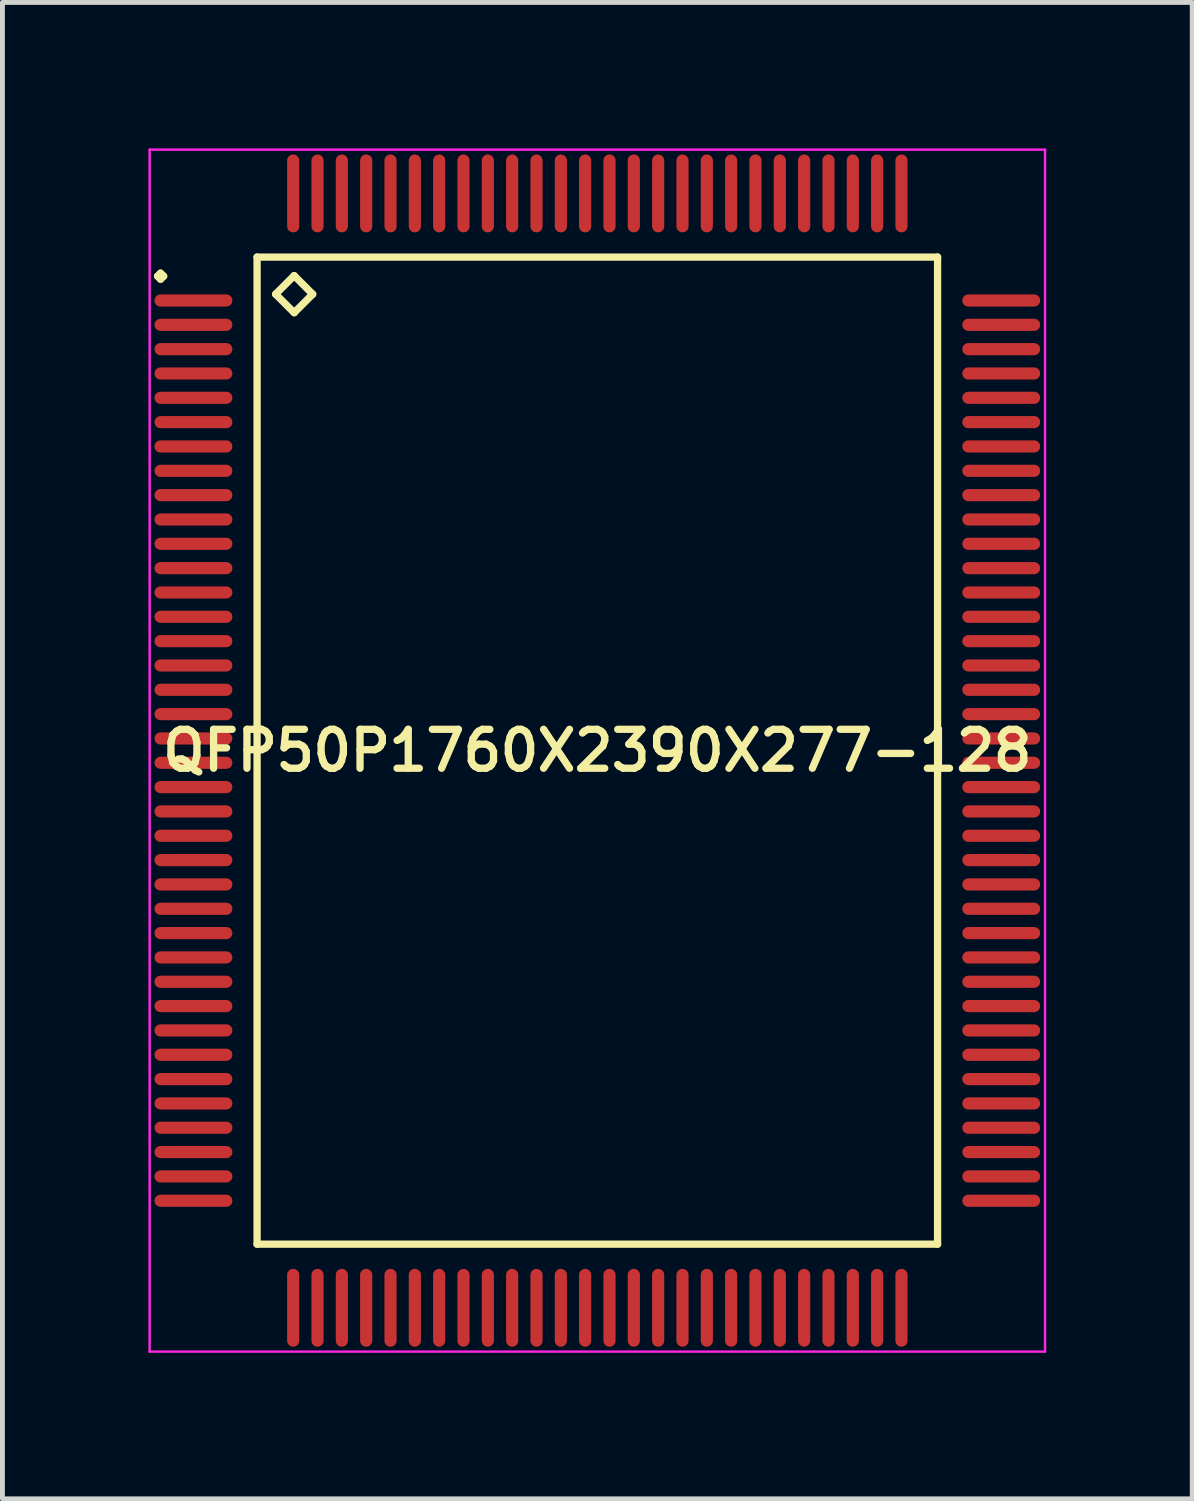
<source format=kicad_pcb>
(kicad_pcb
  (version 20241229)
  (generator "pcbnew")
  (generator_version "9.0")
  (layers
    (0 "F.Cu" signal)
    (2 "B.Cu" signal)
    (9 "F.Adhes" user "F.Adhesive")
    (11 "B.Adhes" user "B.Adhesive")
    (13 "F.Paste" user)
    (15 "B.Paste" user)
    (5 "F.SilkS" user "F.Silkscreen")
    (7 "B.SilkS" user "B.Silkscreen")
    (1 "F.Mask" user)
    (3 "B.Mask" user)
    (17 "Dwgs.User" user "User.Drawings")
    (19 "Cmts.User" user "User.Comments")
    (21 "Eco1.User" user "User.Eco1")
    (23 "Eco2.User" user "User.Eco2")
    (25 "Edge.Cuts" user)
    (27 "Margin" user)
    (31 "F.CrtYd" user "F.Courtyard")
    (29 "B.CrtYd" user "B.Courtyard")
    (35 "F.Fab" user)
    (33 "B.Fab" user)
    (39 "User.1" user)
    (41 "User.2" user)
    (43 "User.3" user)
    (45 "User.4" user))
  (footprint "QFP50P1760X2390X277-128"
    (layer "F.Cu")
    (at 9.225 12.375)
    (property "Reference" "QFP50P1760X2390X277-128" (at 0 0 0) (layer "F.SilkS") (effects (font (size 0.8 0.8) (thickness 0.15))))
    (attr smd)
    (fp_line (start -9.037 -9.75) (end -8.975 -9.812) (stroke (width 0.15) (type solid)) (layer "F.SilkS"))
    (fp_line (start -8.975 -9.812) (end -8.912 -9.75) (stroke (width 0.15) (type solid)) (layer "F.SilkS"))
    (fp_line (start -8.975 -9.688) (end -9.037 -9.75) (stroke (width 0.15) (type solid)) (layer "F.SilkS"))
    (fp_line (start -8.912 -9.75) (end -8.975 -9.688) (stroke (width 0.15) (type solid)) (layer "F.SilkS"))
    (fp_line (start -6.992 -10.142) (end -6.992 10.142) (stroke (width 0.15) (type solid)) (layer "F.SilkS"))
    (fp_line (start -6.992 10.142) (end 6.992 10.142) (stroke (width 0.15) (type solid)) (layer "F.SilkS"))
    (fp_line (start -6.611 -9.38) (end -6.23 -9.761) (stroke (width 0.15) (type solid)) (layer "F.SilkS"))
    (fp_line (start -6.23 -9.761) (end -5.849 -9.38) (stroke (width 0.15) (type solid)) (layer "F.SilkS"))
    (fp_line (start -6.23 -8.999) (end -6.611 -9.38) (stroke (width 0.15) (type solid)) (layer "F.SilkS"))
    (fp_line (start -5.849 -9.38) (end -6.23 -8.999) (stroke (width 0.15) (type solid)) (layer "F.SilkS"))
    (fp_line (start 6.992 -10.142) (end -6.992 -10.142) (stroke (width 0.15) (type solid)) (layer "F.SilkS"))
    (fp_line (start 6.992 10.142) (end 6.992 -10.142) (stroke (width 0.15) (type solid)) (layer "F.SilkS"))
    (fp_line (start -9.2 -12.35) (end 9.2 -12.35) (stroke (width 0.05) (type solid)) (layer "F.CrtYd"))
    (fp_line (start -9.2 12.35) (end -9.2 -12.35) (stroke (width 0.05) (type solid)) (layer "F.CrtYd"))
    (fp_line (start 9.2 -12.35) (end 9.2 12.35) (stroke (width 0.05) (type solid)) (layer "F.CrtYd"))
    (fp_line (start 9.2 12.35) (end -9.2 12.35) (stroke (width 0.05) (type solid)) (layer "F.CrtYd"))
    (pad "1" smd oval (at -8.3 -9.25) (size 1.6 0.25) (layers "F.Cu" "F.Mask" "F.Paste"))
    (pad "2" smd oval (at -8.3 -8.75) (size 1.6 0.25) (layers "F.Cu" "F.Mask" "F.Paste"))
    (pad "3" smd oval (at -8.3 -8.25) (size 1.6 0.25) (layers "F.Cu" "F.Mask" "F.Paste"))
    (pad "4" smd oval (at -8.3 -7.75) (size 1.6 0.25) (layers "F.Cu" "F.Mask" "F.Paste"))
    (pad "5" smd oval (at -8.3 -7.25) (size 1.6 0.25) (layers "F.Cu" "F.Mask" "F.Paste"))
    (pad "6" smd oval (at -8.3 -6.75) (size 1.6 0.25) (layers "F.Cu" "F.Mask" "F.Paste"))
    (pad "7" smd oval (at -8.3 -6.25) (size 1.6 0.25) (layers "F.Cu" "F.Mask" "F.Paste"))
    (pad "8" smd oval (at -8.3 -5.75) (size 1.6 0.25) (layers "F.Cu" "F.Mask" "F.Paste"))
    (pad "9" smd oval (at -8.3 -5.25) (size 1.6 0.25) (layers "F.Cu" "F.Mask" "F.Paste"))
    (pad "10" smd oval (at -8.3 -4.75) (size 1.6 0.25) (layers "F.Cu" "F.Mask" "F.Paste"))
    (pad "11" smd oval (at -8.3 -4.25) (size 1.6 0.25) (layers "F.Cu" "F.Mask" "F.Paste"))
    (pad "12" smd oval (at -8.3 -3.75) (size 1.6 0.25) (layers "F.Cu" "F.Mask" "F.Paste"))
    (pad "13" smd oval (at -8.3 -3.25) (size 1.6 0.25) (layers "F.Cu" "F.Mask" "F.Paste"))
    (pad "14" smd oval (at -8.3 -2.75) (size 1.6 0.25) (layers "F.Cu" "F.Mask" "F.Paste"))
    (pad "15" smd oval (at -8.3 -2.25) (size 1.6 0.25) (layers "F.Cu" "F.Mask" "F.Paste"))
    (pad "16" smd oval (at -8.3 -1.75) (size 1.6 0.25) (layers "F.Cu" "F.Mask" "F.Paste"))
    (pad "17" smd oval (at -8.3 -1.25) (size 1.6 0.25) (layers "F.Cu" "F.Mask" "F.Paste"))
    (pad "18" smd oval (at -8.3 -0.75) (size 1.6 0.25) (layers "F.Cu" "F.Mask" "F.Paste"))
    (pad "19" smd oval (at -8.3 -0.25) (size 1.6 0.25) (layers "F.Cu" "F.Mask" "F.Paste"))
    (pad "20" smd oval (at -8.3 0.25) (size 1.6 0.25) (layers "F.Cu" "F.Mask" "F.Paste"))
    (pad "21" smd oval (at -8.3 0.75) (size 1.6 0.25) (layers "F.Cu" "F.Mask" "F.Paste"))
    (pad "22" smd oval (at -8.3 1.25) (size 1.6 0.25) (layers "F.Cu" "F.Mask" "F.Paste"))
    (pad "23" smd oval (at -8.3 1.75) (size 1.6 0.25) (layers "F.Cu" "F.Mask" "F.Paste"))
    (pad "24" smd oval (at -8.3 2.25) (size 1.6 0.25) (layers "F.Cu" "F.Mask" "F.Paste"))
    (pad "25" smd oval (at -8.3 2.75) (size 1.6 0.25) (layers "F.Cu" "F.Mask" "F.Paste"))
    (pad "26" smd oval (at -8.3 3.25) (size 1.6 0.25) (layers "F.Cu" "F.Mask" "F.Paste"))
    (pad "27" smd oval (at -8.3 3.75) (size 1.6 0.25) (layers "F.Cu" "F.Mask" "F.Paste"))
    (pad "28" smd oval (at -8.3 4.25) (size 1.6 0.25) (layers "F.Cu" "F.Mask" "F.Paste"))
    (pad "29" smd oval (at -8.3 4.75) (size 1.6 0.25) (layers "F.Cu" "F.Mask" "F.Paste"))
    (pad "30" smd oval (at -8.3 5.25) (size 1.6 0.25) (layers "F.Cu" "F.Mask" "F.Paste"))
    (pad "31" smd oval (at -8.3 5.75) (size 1.6 0.25) (layers "F.Cu" "F.Mask" "F.Paste"))
    (pad "32" smd oval (at -8.3 6.25) (size 1.6 0.25) (layers "F.Cu" "F.Mask" "F.Paste"))
    (pad "33" smd oval (at -8.3 6.75) (size 1.6 0.25) (layers "F.Cu" "F.Mask" "F.Paste"))
    (pad "34" smd oval (at -8.3 7.25) (size 1.6 0.25) (layers "F.Cu" "F.Mask" "F.Paste"))
    (pad "35" smd oval (at -8.3 7.75) (size 1.6 0.25) (layers "F.Cu" "F.Mask" "F.Paste"))
    (pad "36" smd oval (at -8.3 8.25) (size 1.6 0.25) (layers "F.Cu" "F.Mask" "F.Paste"))
    (pad "37" smd oval (at -8.3 8.75) (size 1.6 0.25) (layers "F.Cu" "F.Mask" "F.Paste"))
    (pad "38" smd oval (at -8.3 9.25) (size 1.6 0.25) (layers "F.Cu" "F.Mask" "F.Paste"))
    (pad "39" smd oval (at -6.25 11.45) (size 0.25 1.6) (layers "F.Cu" "F.Mask" "F.Paste"))
    (pad "40" smd oval (at -5.75 11.45) (size 0.25 1.6) (layers "F.Cu" "F.Mask" "F.Paste"))
    (pad "41" smd oval (at -5.25 11.45) (size 0.25 1.6) (layers "F.Cu" "F.Mask" "F.Paste"))
    (pad "42" smd oval (at -4.75 11.45) (size 0.25 1.6) (layers "F.Cu" "F.Mask" "F.Paste"))
    (pad "43" smd oval (at -4.25 11.45) (size 0.25 1.6) (layers "F.Cu" "F.Mask" "F.Paste"))
    (pad "44" smd oval (at -3.75 11.45) (size 0.25 1.6) (layers "F.Cu" "F.Mask" "F.Paste"))
    (pad "45" smd oval (at -3.25 11.45) (size 0.25 1.6) (layers "F.Cu" "F.Mask" "F.Paste"))
    (pad "46" smd oval (at -2.75 11.45) (size 0.25 1.6) (layers "F.Cu" "F.Mask" "F.Paste"))
    (pad "47" smd oval (at -2.25 11.45) (size 0.25 1.6) (layers "F.Cu" "F.Mask" "F.Paste"))
    (pad "48" smd oval (at -1.75 11.45) (size 0.25 1.6) (layers "F.Cu" "F.Mask" "F.Paste"))
    (pad "49" smd oval (at -1.25 11.45) (size 0.25 1.6) (layers "F.Cu" "F.Mask" "F.Paste"))
    (pad "50" smd oval (at -0.75 11.45) (size 0.25 1.6) (layers "F.Cu" "F.Mask" "F.Paste"))
    (pad "51" smd oval (at -0.25 11.45) (size 0.25 1.6) (layers "F.Cu" "F.Mask" "F.Paste"))
    (pad "52" smd oval (at 0.25 11.45) (size 0.25 1.6) (layers "F.Cu" "F.Mask" "F.Paste"))
    (pad "53" smd oval (at 0.75 11.45) (size 0.25 1.6) (layers "F.Cu" "F.Mask" "F.Paste"))
    (pad "54" smd oval (at 1.25 11.45) (size 0.25 1.6) (layers "F.Cu" "F.Mask" "F.Paste"))
    (pad "55" smd oval (at 1.75 11.45) (size 0.25 1.6) (layers "F.Cu" "F.Mask" "F.Paste"))
    (pad "56" smd oval (at 2.25 11.45) (size 0.25 1.6) (layers "F.Cu" "F.Mask" "F.Paste"))
    (pad "57" smd oval (at 2.75 11.45) (size 0.25 1.6) (layers "F.Cu" "F.Mask" "F.Paste"))
    (pad "58" smd oval (at 3.25 11.45) (size 0.25 1.6) (layers "F.Cu" "F.Mask" "F.Paste"))
    (pad "59" smd oval (at 3.75 11.45) (size 0.25 1.6) (layers "F.Cu" "F.Mask" "F.Paste"))
    (pad "60" smd oval (at 4.25 11.45) (size 0.25 1.6) (layers "F.Cu" "F.Mask" "F.Paste"))
    (pad "61" smd oval (at 4.75 11.45) (size 0.25 1.6) (layers "F.Cu" "F.Mask" "F.Paste"))
    (pad "62" smd oval (at 5.25 11.45) (size 0.25 1.6) (layers "F.Cu" "F.Mask" "F.Paste"))
    (pad "63" smd oval (at 5.75 11.45) (size 0.25 1.6) (layers "F.Cu" "F.Mask" "F.Paste"))
    (pad "64" smd oval (at 6.25 11.45) (size 0.25 1.6) (layers "F.Cu" "F.Mask" "F.Paste"))
    (pad "65" smd oval (at 8.3 9.25) (size 1.6 0.25) (layers "F.Cu" "F.Mask" "F.Paste"))
    (pad "66" smd oval (at 8.3 8.75) (size 1.6 0.25) (layers "F.Cu" "F.Mask" "F.Paste"))
    (pad "67" smd oval (at 8.3 8.25) (size 1.6 0.25) (layers "F.Cu" "F.Mask" "F.Paste"))
    (pad "68" smd oval (at 8.3 7.75) (size 1.6 0.25) (layers "F.Cu" "F.Mask" "F.Paste"))
    (pad "69" smd oval (at 8.3 7.25) (size 1.6 0.25) (layers "F.Cu" "F.Mask" "F.Paste"))
    (pad "70" smd oval (at 8.3 6.75) (size 1.6 0.25) (layers "F.Cu" "F.Mask" "F.Paste"))
    (pad "71" smd oval (at 8.3 6.25) (size 1.6 0.25) (layers "F.Cu" "F.Mask" "F.Paste"))
    (pad "72" smd oval (at 8.3 5.75) (size 1.6 0.25) (layers "F.Cu" "F.Mask" "F.Paste"))
    (pad "73" smd oval (at 8.3 5.25) (size 1.6 0.25) (layers "F.Cu" "F.Mask" "F.Paste"))
    (pad "74" smd oval (at 8.3 4.75) (size 1.6 0.25) (layers "F.Cu" "F.Mask" "F.Paste"))
    (pad "75" smd oval (at 8.3 4.25) (size 1.6 0.25) (layers "F.Cu" "F.Mask" "F.Paste"))
    (pad "76" smd oval (at 8.3 3.75) (size 1.6 0.25) (layers "F.Cu" "F.Mask" "F.Paste"))
    (pad "77" smd oval (at 8.3 3.25) (size 1.6 0.25) (layers "F.Cu" "F.Mask" "F.Paste"))
    (pad "78" smd oval (at 8.3 2.75) (size 1.6 0.25) (layers "F.Cu" "F.Mask" "F.Paste"))
    (pad "79" smd oval (at 8.3 2.25) (size 1.6 0.25) (layers "F.Cu" "F.Mask" "F.Paste"))
    (pad "80" smd oval (at 8.3 1.75) (size 1.6 0.25) (layers "F.Cu" "F.Mask" "F.Paste"))
    (pad "81" smd oval (at 8.3 1.25) (size 1.6 0.25) (layers "F.Cu" "F.Mask" "F.Paste"))
    (pad "82" smd oval (at 8.3 0.75) (size 1.6 0.25) (layers "F.Cu" "F.Mask" "F.Paste"))
    (pad "83" smd oval (at 8.3 0.25) (size 1.6 0.25) (layers "F.Cu" "F.Mask" "F.Paste"))
    (pad "84" smd oval (at 8.3 -0.25) (size 1.6 0.25) (layers "F.Cu" "F.Mask" "F.Paste"))
    (pad "85" smd oval (at 8.3 -0.75) (size 1.6 0.25) (layers "F.Cu" "F.Mask" "F.Paste"))
    (pad "86" smd oval (at 8.3 -1.25) (size 1.6 0.25) (layers "F.Cu" "F.Mask" "F.Paste"))
    (pad "87" smd oval (at 8.3 -1.75) (size 1.6 0.25) (layers "F.Cu" "F.Mask" "F.Paste"))
    (pad "88" smd oval (at 8.3 -2.25) (size 1.6 0.25) (layers "F.Cu" "F.Mask" "F.Paste"))
    (pad "89" smd oval (at 8.3 -2.75) (size 1.6 0.25) (layers "F.Cu" "F.Mask" "F.Paste"))
    (pad "90" smd oval (at 8.3 -3.25) (size 1.6 0.25) (layers "F.Cu" "F.Mask" "F.Paste"))
    (pad "91" smd oval (at 8.3 -3.75) (size 1.6 0.25) (layers "F.Cu" "F.Mask" "F.Paste"))
    (pad "92" smd oval (at 8.3 -4.25) (size 1.6 0.25) (layers "F.Cu" "F.Mask" "F.Paste"))
    (pad "93" smd oval (at 8.3 -4.75) (size 1.6 0.25) (layers "F.Cu" "F.Mask" "F.Paste"))
    (pad "94" smd oval (at 8.3 -5.25) (size 1.6 0.25) (layers "F.Cu" "F.Mask" "F.Paste"))
    (pad "95" smd oval (at 8.3 -5.75) (size 1.6 0.25) (layers "F.Cu" "F.Mask" "F.Paste"))
    (pad "96" smd oval (at 8.3 -6.25) (size 1.6 0.25) (layers "F.Cu" "F.Mask" "F.Paste"))
    (pad "97" smd oval (at 8.3 -6.75) (size 1.6 0.25) (layers "F.Cu" "F.Mask" "F.Paste"))
    (pad "98" smd oval (at 8.3 -7.25) (size 1.6 0.25) (layers "F.Cu" "F.Mask" "F.Paste"))
    (pad "99" smd oval (at 8.3 -7.75) (size 1.6 0.25) (layers "F.Cu" "F.Mask" "F.Paste"))
    (pad "100" smd oval (at 8.3 -8.25) (size 1.6 0.25) (layers "F.Cu" "F.Mask" "F.Paste"))
    (pad "101" smd oval (at 8.3 -8.75) (size 1.6 0.25) (layers "F.Cu" "F.Mask" "F.Paste"))
    (pad "102" smd oval (at 8.3 -9.25) (size 1.6 0.25) (layers "F.Cu" "F.Mask" "F.Paste"))
    (pad "103" smd oval (at 6.25 -11.45) (size 0.25 1.6) (layers "F.Cu" "F.Mask" "F.Paste"))
    (pad "104" smd oval (at 5.75 -11.45) (size 0.25 1.6) (layers "F.Cu" "F.Mask" "F.Paste"))
    (pad "105" smd oval (at 5.25 -11.45) (size 0.25 1.6) (layers "F.Cu" "F.Mask" "F.Paste"))
    (pad "106" smd oval (at 4.75 -11.45) (size 0.25 1.6) (layers "F.Cu" "F.Mask" "F.Paste"))
    (pad "107" smd oval (at 4.25 -11.45) (size 0.25 1.6) (layers "F.Cu" "F.Mask" "F.Paste"))
    (pad "108" smd oval (at 3.75 -11.45) (size 0.25 1.6) (layers "F.Cu" "F.Mask" "F.Paste"))
    (pad "109" smd oval (at 3.25 -11.45) (size 0.25 1.6) (layers "F.Cu" "F.Mask" "F.Paste"))
    (pad "110" smd oval (at 2.75 -11.45) (size 0.25 1.6) (layers "F.Cu" "F.Mask" "F.Paste"))
    (pad "111" smd oval (at 2.25 -11.45) (size 0.25 1.6) (layers "F.Cu" "F.Mask" "F.Paste"))
    (pad "112" smd oval (at 1.75 -11.45) (size 0.25 1.6) (layers "F.Cu" "F.Mask" "F.Paste"))
    (pad "113" smd oval (at 1.25 -11.45) (size 0.25 1.6) (layers "F.Cu" "F.Mask" "F.Paste"))
    (pad "114" smd oval (at 0.75 -11.45) (size 0.25 1.6) (layers "F.Cu" "F.Mask" "F.Paste"))
    (pad "115" smd oval (at 0.25 -11.45) (size 0.25 1.6) (layers "F.Cu" "F.Mask" "F.Paste"))
    (pad "116" smd oval (at -0.25 -11.45) (size 0.25 1.6) (layers "F.Cu" "F.Mask" "F.Paste"))
    (pad "117" smd oval (at -0.75 -11.45) (size 0.25 1.6) (layers "F.Cu" "F.Mask" "F.Paste"))
    (pad "118" smd oval (at -1.25 -11.45) (size 0.25 1.6) (layers "F.Cu" "F.Mask" "F.Paste"))
    (pad "119" smd oval (at -1.75 -11.45) (size 0.25 1.6) (layers "F.Cu" "F.Mask" "F.Paste"))
    (pad "120" smd oval (at -2.25 -11.45) (size 0.25 1.6) (layers "F.Cu" "F.Mask" "F.Paste"))
    (pad "121" smd oval (at -2.75 -11.45) (size 0.25 1.6) (layers "F.Cu" "F.Mask" "F.Paste"))
    (pad "122" smd oval (at -3.25 -11.45) (size 0.25 1.6) (layers "F.Cu" "F.Mask" "F.Paste"))
    (pad "123" smd oval (at -3.75 -11.45) (size 0.25 1.6) (layers "F.Cu" "F.Mask" "F.Paste"))
    (pad "124" smd oval (at -4.25 -11.45) (size 0.25 1.6) (layers "F.Cu" "F.Mask" "F.Paste"))
    (pad "125" smd oval (at -4.75 -11.45) (size 0.25 1.6) (layers "F.Cu" "F.Mask" "F.Paste"))
    (pad "126" smd oval (at -5.25 -11.45) (size 0.25 1.6) (layers "F.Cu" "F.Mask" "F.Paste"))
    (pad "127" smd oval (at -5.75 -11.45) (size 0.25 1.6) (layers "F.Cu" "F.Mask" "F.Paste"))
    (pad "128" smd oval (at -6.25 -11.45) (size 0.25 1.6) (layers "F.Cu" "F.Mask" "F.Paste")))
  (gr_rect
    (start -3 -3)
    (end 21.45 27.75)
    (stroke (width 0.1) (type default))
    (fill no)
    (layer "Edge.Cuts")))
</source>
